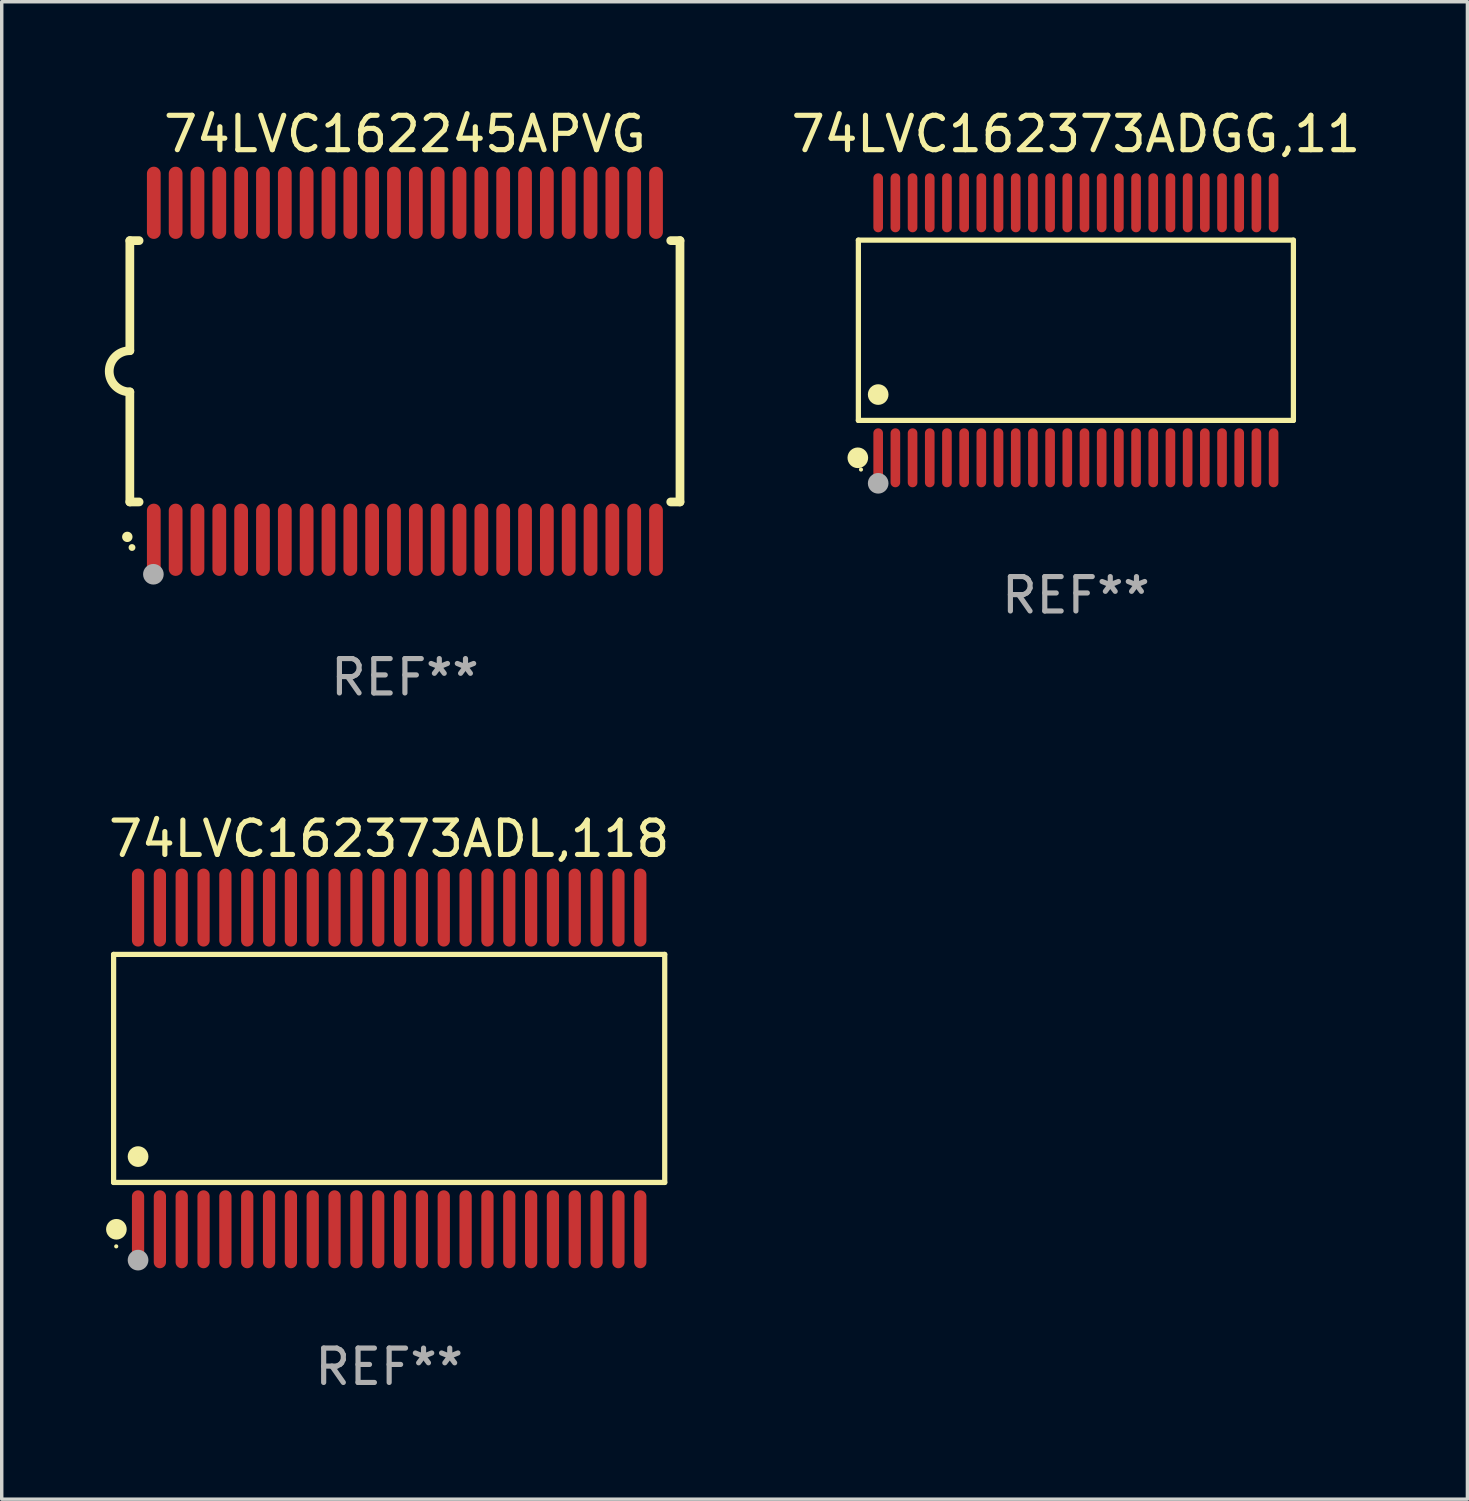
<source format=kicad_pcb>
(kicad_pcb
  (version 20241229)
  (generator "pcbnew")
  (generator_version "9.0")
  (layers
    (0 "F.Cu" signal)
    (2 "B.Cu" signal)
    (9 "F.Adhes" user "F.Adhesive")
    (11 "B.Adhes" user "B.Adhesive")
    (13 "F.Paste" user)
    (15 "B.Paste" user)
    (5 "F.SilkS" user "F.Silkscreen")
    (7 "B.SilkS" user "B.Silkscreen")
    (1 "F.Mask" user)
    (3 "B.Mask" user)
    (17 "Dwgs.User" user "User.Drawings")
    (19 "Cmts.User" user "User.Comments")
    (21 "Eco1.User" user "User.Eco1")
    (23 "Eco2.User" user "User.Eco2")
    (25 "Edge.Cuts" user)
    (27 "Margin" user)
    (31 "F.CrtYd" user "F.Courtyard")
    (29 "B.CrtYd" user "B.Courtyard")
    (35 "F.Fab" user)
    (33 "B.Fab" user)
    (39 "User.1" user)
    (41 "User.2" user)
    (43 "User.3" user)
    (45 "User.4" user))
  (footprint "74LVC162373ADL,118"
    (layer "F.Cu")
    (at 8.268 28.023)
    (property "Reference" "74LVC162373ADL,118" (at 0 -6.678 0) (layer "F.SilkS") (effects (font (size 1 1) (thickness 0.15))))
    (attr through_hole)
    (fp_line (start -8.014 -3.316) (end 8.014 -3.316) (stroke (width 0.152) (type solid)) (layer "F.SilkS"))
    (fp_line (start -8.014 3.316) (end -8.014 -3.316) (stroke (width 0.152) (type solid)) (layer "F.SilkS"))
    (fp_line (start 8.014 -3.316) (end 8.014 3.316) (stroke (width 0.152) (type solid)) (layer "F.SilkS"))
    (fp_line (start 8.014 3.316) (end -8.014 3.316) (stroke (width 0.152) (type solid)) (layer "F.SilkS"))
    (fp_circle (center -7.938 5.175) (end -7.908 5.175) (stroke (width 0.06) (type solid)) (fill no) (layer "F.SilkS"))
    (fp_circle (center -7.933 4.678) (end -7.783 4.678) (stroke (width 0.3) (type solid)) (fill no) (layer "F.SilkS"))
    (fp_circle (center -7.303 2.564) (end -7.152 2.564) (stroke (width 0.3) (type solid)) (fill no) (layer "F.SilkS"))
    (fp_circle (center -7.303 5.575) (end -7.152 5.575) (stroke (width 0.3) (type solid)) (fill no) (layer "F.Fab"))
    (fp_text user "REF**" (at 0 8.678 0) (layer "F.Fab") (effects (font (size 1 1) (thickness 0.15))))
    (pad "1" smd oval (at -7.303 4.678) (size 0.356 2.267) (layers "F.Cu" "F.Mask" "F.Paste"))
    (pad "2" smd oval (at -6.668 4.678) (size 0.356 2.267) (layers "F.Cu" "F.Mask" "F.Paste"))
    (pad "3" smd oval (at -6.033 4.678) (size 0.356 2.267) (layers "F.Cu" "F.Mask" "F.Paste"))
    (pad "4" smd oval (at -5.398 4.678) (size 0.356 2.267) (layers "F.Cu" "F.Mask" "F.Paste"))
    (pad "5" smd oval (at -4.763 4.678) (size 0.356 2.267) (layers "F.Cu" "F.Mask" "F.Paste"))
    (pad "6" smd oval (at -4.128 4.678) (size 0.356 2.267) (layers "F.Cu" "F.Mask" "F.Paste"))
    (pad "7" smd oval (at -3.493 4.678) (size 0.356 2.267) (layers "F.Cu" "F.Mask" "F.Paste"))
    (pad "8" smd oval (at -2.858 4.678) (size 0.356 2.267) (layers "F.Cu" "F.Mask" "F.Paste"))
    (pad "9" smd oval (at -2.223 4.678) (size 0.356 2.267) (layers "F.Cu" "F.Mask" "F.Paste"))
    (pad "10" smd oval (at -1.588 4.678) (size 0.356 2.267) (layers "F.Cu" "F.Mask" "F.Paste"))
    (pad "11" smd oval (at -0.953 4.678) (size 0.356 2.267) (layers "F.Cu" "F.Mask" "F.Paste"))
    (pad "12" smd oval (at -0.318 4.678) (size 0.356 2.267) (layers "F.Cu" "F.Mask" "F.Paste"))
    (pad "13" smd oval (at 0.318 4.678) (size 0.356 2.267) (layers "F.Cu" "F.Mask" "F.Paste"))
    (pad "14" smd oval (at 0.953 4.678) (size 0.356 2.267) (layers "F.Cu" "F.Mask" "F.Paste"))
    (pad "15" smd oval (at 1.588 4.678) (size 0.356 2.267) (layers "F.Cu" "F.Mask" "F.Paste"))
    (pad "16" smd oval (at 2.223 4.678) (size 0.356 2.267) (layers "F.Cu" "F.Mask" "F.Paste"))
    (pad "17" smd oval (at 2.858 4.678) (size 0.356 2.267) (layers "F.Cu" "F.Mask" "F.Paste"))
    (pad "18" smd oval (at 3.493 4.678) (size 0.356 2.267) (layers "F.Cu" "F.Mask" "F.Paste"))
    (pad "19" smd oval (at 4.128 4.678) (size 0.356 2.267) (layers "F.Cu" "F.Mask" "F.Paste"))
    (pad "20" smd oval (at 4.763 4.678) (size 0.356 2.267) (layers "F.Cu" "F.Mask" "F.Paste"))
    (pad "21" smd oval (at 5.398 4.678) (size 0.356 2.267) (layers "F.Cu" "F.Mask" "F.Paste"))
    (pad "22" smd oval (at 6.033 4.678) (size 0.356 2.267) (layers "F.Cu" "F.Mask" "F.Paste"))
    (pad "23" smd oval (at 6.668 4.678) (size 0.356 2.267) (layers "F.Cu" "F.Mask" "F.Paste"))
    (pad "24" smd oval (at 7.303 4.678) (size 0.356 2.267) (layers "F.Cu" "F.Mask" "F.Paste"))
    (pad "25" smd oval (at 7.303 -4.678) (size 0.356 2.267) (layers "F.Cu" "F.Mask" "F.Paste"))
    (pad "26" smd oval (at 6.668 -4.678) (size 0.356 2.267) (layers "F.Cu" "F.Mask" "F.Paste"))
    (pad "27" smd oval (at 6.033 -4.678) (size 0.356 2.267) (layers "F.Cu" "F.Mask" "F.Paste"))
    (pad "28" smd oval (at 5.398 -4.678) (size 0.356 2.267) (layers "F.Cu" "F.Mask" "F.Paste"))
    (pad "29" smd oval (at 4.763 -4.678) (size 0.356 2.267) (layers "F.Cu" "F.Mask" "F.Paste"))
    (pad "30" smd oval (at 4.128 -4.678) (size 0.356 2.267) (layers "F.Cu" "F.Mask" "F.Paste"))
    (pad "31" smd oval (at 3.493 -4.678) (size 0.356 2.267) (layers "F.Cu" "F.Mask" "F.Paste"))
    (pad "32" smd oval (at 2.858 -4.678) (size 0.356 2.267) (layers "F.Cu" "F.Mask" "F.Paste"))
    (pad "33" smd oval (at 2.223 -4.678) (size 0.356 2.267) (layers "F.Cu" "F.Mask" "F.Paste"))
    (pad "34" smd oval (at 1.588 -4.678) (size 0.356 2.267) (layers "F.Cu" "F.Mask" "F.Paste"))
    (pad "35" smd oval (at 0.953 -4.678) (size 0.356 2.267) (layers "F.Cu" "F.Mask" "F.Paste"))
    (pad "36" smd oval (at 0.318 -4.678) (size 0.356 2.267) (layers "F.Cu" "F.Mask" "F.Paste"))
    (pad "37" smd oval (at -0.318 -4.678) (size 0.356 2.267) (layers "F.Cu" "F.Mask" "F.Paste"))
    (pad "38" smd oval (at -0.953 -4.678) (size 0.356 2.267) (layers "F.Cu" "F.Mask" "F.Paste"))
    (pad "39" smd oval (at -1.588 -4.678) (size 0.356 2.267) (layers "F.Cu" "F.Mask" "F.Paste"))
    (pad "40" smd oval (at -2.223 -4.678) (size 0.356 2.267) (layers "F.Cu" "F.Mask" "F.Paste"))
    (pad "41" smd oval (at -2.858 -4.678) (size 0.356 2.267) (layers "F.Cu" "F.Mask" "F.Paste"))
    (pad "42" smd oval (at -3.493 -4.678) (size 0.356 2.267) (layers "F.Cu" "F.Mask" "F.Paste"))
    (pad "43" smd oval (at -4.128 -4.678) (size 0.356 2.267) (layers "F.Cu" "F.Mask" "F.Paste"))
    (pad "44" smd oval (at -4.763 -4.678) (size 0.356 2.267) (layers "F.Cu" "F.Mask" "F.Paste"))
    (pad "45" smd oval (at -5.398 -4.678) (size 0.356 2.267) (layers "F.Cu" "F.Mask" "F.Paste"))
    (pad "46" smd oval (at -6.033 -4.678) (size 0.356 2.267) (layers "F.Cu" "F.Mask" "F.Paste"))
    (pad "47" smd oval (at -6.668 -4.678) (size 0.356 2.267) (layers "F.Cu" "F.Mask" "F.Paste"))
    (pad "48" smd oval (at -7.303 -4.678) (size 0.356 2.267) (layers "F.Cu" "F.Mask" "F.Paste")))
  (footprint "74LVC162373ADGG,11"
    (layer "F.Cu")
    (at 28.24 6.556)
    (property "Reference" "74LVC162373ADGG,11" (at 0 -5.708 0) (layer "F.SilkS") (effects (font (size 1 1) (thickness 0.15))))
    (attr through_hole)
    (fp_line (start -6.326 -2.622) (end 6.326 -2.622) (stroke (width 0.152) (type solid)) (layer "F.SilkS"))
    (fp_line (start -6.326 2.621) (end -6.326 -2.622) (stroke (width 0.152) (type solid)) (layer "F.SilkS"))
    (fp_line (start 6.326 -2.622) (end 6.326 2.621) (stroke (width 0.152) (type solid)) (layer "F.SilkS"))
    (fp_line (start 6.326 2.621) (end -6.326 2.621) (stroke (width 0.152) (type solid)) (layer "F.SilkS"))
    (fp_circle (center -6.342 3.708) (end -6.192 3.708) (stroke (width 0.3) (type solid)) (fill no) (layer "F.SilkS"))
    (fp_circle (center -6.25 4.05) (end -6.22 4.05) (stroke (width 0.06) (type solid)) (fill no) (layer "F.SilkS"))
    (fp_circle (center -5.75 1.869) (end -5.6 1.869) (stroke (width 0.3) (type solid)) (fill no) (layer "F.SilkS"))
    (fp_circle (center -5.75 4.45) (end -5.6 4.45) (stroke (width 0.3) (type solid)) (fill no) (layer "F.Fab"))
    (fp_text user "REF**" (at 0 7.708 0) (layer "F.Fab") (effects (font (size 1 1) (thickness 0.15))))
    (pad "1" smd oval (at -5.75 3.708) (size 0.28 1.715) (layers "F.Cu" "F.Mask" "F.Paste"))
    (pad "2" smd oval (at -5.25 3.708) (size 0.28 1.715) (layers "F.Cu" "F.Mask" "F.Paste"))
    (pad "3" smd oval (at -4.75 3.708) (size 0.28 1.715) (layers "F.Cu" "F.Mask" "F.Paste"))
    (pad "4" smd oval (at -4.25 3.708) (size 0.28 1.715) (layers "F.Cu" "F.Mask" "F.Paste"))
    (pad "5" smd oval (at -3.75 3.708) (size 0.28 1.715) (layers "F.Cu" "F.Mask" "F.Paste"))
    (pad "6" smd oval (at -3.25 3.708) (size 0.28 1.715) (layers "F.Cu" "F.Mask" "F.Paste"))
    (pad "7" smd oval (at -2.75 3.708) (size 0.28 1.715) (layers "F.Cu" "F.Mask" "F.Paste"))
    (pad "8" smd oval (at -2.25 3.708) (size 0.28 1.715) (layers "F.Cu" "F.Mask" "F.Paste"))
    (pad "9" smd oval (at -1.75 3.708) (size 0.28 1.715) (layers "F.Cu" "F.Mask" "F.Paste"))
    (pad "10" smd oval (at -1.25 3.708) (size 0.28 1.715) (layers "F.Cu" "F.Mask" "F.Paste"))
    (pad "11" smd oval (at -0.75 3.708) (size 0.28 1.715) (layers "F.Cu" "F.Mask" "F.Paste"))
    (pad "12" smd oval (at -0.25 3.708) (size 0.28 1.715) (layers "F.Cu" "F.Mask" "F.Paste"))
    (pad "13" smd oval (at 0.25 3.708) (size 0.28 1.715) (layers "F.Cu" "F.Mask" "F.Paste"))
    (pad "14" smd oval (at 0.75 3.708) (size 0.28 1.715) (layers "F.Cu" "F.Mask" "F.Paste"))
    (pad "15" smd oval (at 1.25 3.708) (size 0.28 1.715) (layers "F.Cu" "F.Mask" "F.Paste"))
    (pad "16" smd oval (at 1.75 3.708) (size 0.28 1.715) (layers "F.Cu" "F.Mask" "F.Paste"))
    (pad "17" smd oval (at 2.25 3.708) (size 0.28 1.715) (layers "F.Cu" "F.Mask" "F.Paste"))
    (pad "18" smd oval (at 2.75 3.708) (size 0.28 1.715) (layers "F.Cu" "F.Mask" "F.Paste"))
    (pad "19" smd oval (at 3.25 3.708) (size 0.28 1.715) (layers "F.Cu" "F.Mask" "F.Paste"))
    (pad "20" smd oval (at 3.75 3.708) (size 0.28 1.715) (layers "F.Cu" "F.Mask" "F.Paste"))
    (pad "21" smd oval (at 4.25 3.708) (size 0.28 1.715) (layers "F.Cu" "F.Mask" "F.Paste"))
    (pad "22" smd oval (at 4.75 3.708) (size 0.28 1.715) (layers "F.Cu" "F.Mask" "F.Paste"))
    (pad "23" smd oval (at 5.25 3.708) (size 0.28 1.715) (layers "F.Cu" "F.Mask" "F.Paste"))
    (pad "24" smd oval (at 5.75 3.708) (size 0.28 1.715) (layers "F.Cu" "F.Mask" "F.Paste"))
    (pad "25" smd oval (at 5.75 -3.708) (size 0.28 1.715) (layers "F.Cu" "F.Mask" "F.Paste"))
    (pad "26" smd oval (at 5.25 -3.708) (size 0.28 1.715) (layers "F.Cu" "F.Mask" "F.Paste"))
    (pad "27" smd oval (at 4.75 -3.708) (size 0.28 1.715) (layers "F.Cu" "F.Mask" "F.Paste"))
    (pad "28" smd oval (at 4.25 -3.708) (size 0.28 1.715) (layers "F.Cu" "F.Mask" "F.Paste"))
    (pad "29" smd oval (at 3.75 -3.708) (size 0.28 1.715) (layers "F.Cu" "F.Mask" "F.Paste"))
    (pad "30" smd oval (at 3.25 -3.708) (size 0.28 1.715) (layers "F.Cu" "F.Mask" "F.Paste"))
    (pad "31" smd oval (at 2.75 -3.708) (size 0.28 1.715) (layers "F.Cu" "F.Mask" "F.Paste"))
    (pad "32" smd oval (at 2.25 -3.708) (size 0.28 1.715) (layers "F.Cu" "F.Mask" "F.Paste"))
    (pad "33" smd oval (at 1.75 -3.708) (size 0.28 1.715) (layers "F.Cu" "F.Mask" "F.Paste"))
    (pad "34" smd oval (at 1.25 -3.708) (size 0.28 1.715) (layers "F.Cu" "F.Mask" "F.Paste"))
    (pad "35" smd oval (at 0.75 -3.708) (size 0.28 1.715) (layers "F.Cu" "F.Mask" "F.Paste"))
    (pad "36" smd oval (at 0.25 -3.708) (size 0.28 1.715) (layers "F.Cu" "F.Mask" "F.Paste"))
    (pad "37" smd oval (at -0.25 -3.708) (size 0.28 1.715) (layers "F.Cu" "F.Mask" "F.Paste"))
    (pad "38" smd oval (at -0.75 -3.708) (size 0.28 1.715) (layers "F.Cu" "F.Mask" "F.Paste"))
    (pad "39" smd oval (at -1.25 -3.708) (size 0.28 1.715) (layers "F.Cu" "F.Mask" "F.Paste"))
    (pad "40" smd oval (at -1.75 -3.708) (size 0.28 1.715) (layers "F.Cu" "F.Mask" "F.Paste"))
    (pad "41" smd oval (at -2.25 -3.708) (size 0.28 1.715) (layers "F.Cu" "F.Mask" "F.Paste"))
    (pad "42" smd oval (at -2.75 -3.708) (size 0.28 1.715) (layers "F.Cu" "F.Mask" "F.Paste"))
    (pad "43" smd oval (at -3.25 -3.708) (size 0.28 1.715) (layers "F.Cu" "F.Mask" "F.Paste"))
    (pad "44" smd oval (at -3.75 -3.708) (size 0.28 1.715) (layers "F.Cu" "F.Mask" "F.Paste"))
    (pad "45" smd oval (at -4.25 -3.708) (size 0.28 1.715) (layers "F.Cu" "F.Mask" "F.Paste"))
    (pad "46" smd oval (at -4.75 -3.708) (size 0.28 1.715) (layers "F.Cu" "F.Mask" "F.Paste"))
    (pad "47" smd oval (at -5.25 -3.708) (size 0.28 1.715) (layers "F.Cu" "F.Mask" "F.Paste"))
    (pad "48" smd oval (at -5.75 -3.708) (size 0.28 1.715) (layers "F.Cu" "F.Mask" "F.Paste")))
  (footprint "74LVC162245APVG"
    (layer "F.Cu")
    (at 8.726 7.748)
    (property "Reference" "74LVC162245APVG" (at 0 -6.9 0) (layer "F.SilkS") (effects (font (size 1 1) (thickness 0.15))))
    (attr through_hole)
    (fp_line (start -8 -3.8) (end -8 -0.599) (stroke (width 0.254) (type solid)) (layer "F.SilkS"))
    (fp_line (start -8 -3.8) (end -7.731 -3.8) (stroke (width 0.254) (type solid)) (layer "F.SilkS"))
    (fp_line (start -8 3.8) (end -8 0.599) (stroke (width 0.254) (type solid)) (layer "F.SilkS"))
    (fp_line (start -7.731 3.8) (end -8 3.8) (stroke (width 0.254) (type solid)) (layer "F.SilkS"))
    (fp_line (start 7.731 -3.8) (end 8 -3.8) (stroke (width 0.254) (type solid)) (layer "F.SilkS"))
    (fp_line (start 8 -3.8) (end 8 3.8) (stroke (width 0.254) (type solid)) (layer "F.SilkS"))
    (fp_line (start 8 3.8) (end 7.731 3.8) (stroke (width 0.254) (type solid)) (layer "F.SilkS"))
    (fp_arc (start -8.074676 4.81585) (mid -8.073406 4.815845) (end -8.072136 4.81585) (stroke (width 0.3) (type solid)) (layer "F.SilkS"))
    (fp_arc (start -8.000025 0.6) (mid -8.598908 0.00056) (end -8.000027 -0.598882) (stroke (width 0.254001) (type solid)) (layer "F.SilkS"))
    (fp_circle (center -7.937 5.125) (end -7.887 5.125) (stroke (width 0.1) (type solid)) (fill no) (layer "F.SilkS"))
    (fp_circle (center -7.315 5.903) (end -7.165 5.903) (stroke (width 0.3) (type solid)) (fill no) (layer "F.Fab"))
    (fp_text user "REF**" (at 0 8.9 0) (layer "F.Fab") (effects (font (size 1 1) (thickness 0.15))))
    (pad "1" smd oval (at -7.303 4.9) (size 0.4 2.1) (layers "F.Cu" "F.Mask" "F.Paste"))
    (pad "2" smd oval (at -6.668 4.9) (size 0.4 2.1) (layers "F.Cu" "F.Mask" "F.Paste"))
    (pad "3" smd oval (at -6.033 4.9) (size 0.4 2.1) (layers "F.Cu" "F.Mask" "F.Paste"))
    (pad "4" smd oval (at -5.398 4.9) (size 0.4 2.1) (layers "F.Cu" "F.Mask" "F.Paste"))
    (pad "5" smd oval (at -4.763 4.9) (size 0.4 2.1) (layers "F.Cu" "F.Mask" "F.Paste"))
    (pad "6" smd oval (at -4.128 4.9) (size 0.4 2.1) (layers "F.Cu" "F.Mask" "F.Paste"))
    (pad "7" smd oval (at -3.493 4.9) (size 0.4 2.1) (layers "F.Cu" "F.Mask" "F.Paste"))
    (pad "8" smd oval (at -2.858 4.9) (size 0.4 2.1) (layers "F.Cu" "F.Mask" "F.Paste"))
    (pad "9" smd oval (at -2.223 4.9) (size 0.4 2.1) (layers "F.Cu" "F.Mask" "F.Paste"))
    (pad "10" smd oval (at -1.588 4.9) (size 0.4 2.1) (layers "F.Cu" "F.Mask" "F.Paste"))
    (pad "11" smd oval (at -0.953 4.9) (size 0.4 2.1) (layers "F.Cu" "F.Mask" "F.Paste"))
    (pad "12" smd oval (at -0.318 4.9) (size 0.4 2.1) (layers "F.Cu" "F.Mask" "F.Paste"))
    (pad "13" smd oval (at 0.318 4.9) (size 0.4 2.1) (layers "F.Cu" "F.Mask" "F.Paste"))
    (pad "14" smd oval (at 0.953 4.9) (size 0.4 2.1) (layers "F.Cu" "F.Mask" "F.Paste"))
    (pad "15" smd oval (at 1.588 4.9) (size 0.4 2.1) (layers "F.Cu" "F.Mask" "F.Paste"))
    (pad "16" smd oval (at 2.223 4.9) (size 0.4 2.1) (layers "F.Cu" "F.Mask" "F.Paste"))
    (pad "17" smd oval (at 2.858 4.9) (size 0.4 2.1) (layers "F.Cu" "F.Mask" "F.Paste"))
    (pad "18" smd oval (at 3.493 4.9) (size 0.4 2.1) (layers "F.Cu" "F.Mask" "F.Paste"))
    (pad "19" smd oval (at 4.128 4.9) (size 0.4 2.1) (layers "F.Cu" "F.Mask" "F.Paste"))
    (pad "20" smd oval (at 4.763 4.9) (size 0.4 2.1) (layers "F.Cu" "F.Mask" "F.Paste"))
    (pad "21" smd oval (at 5.398 4.9) (size 0.4 2.1) (layers "F.Cu" "F.Mask" "F.Paste"))
    (pad "22" smd oval (at 6.033 4.9) (size 0.4 2.1) (layers "F.Cu" "F.Mask" "F.Paste"))
    (pad "23" smd oval (at 6.668 4.9) (size 0.4 2.1) (layers "F.Cu" "F.Mask" "F.Paste"))
    (pad "24" smd oval (at 7.303 4.9) (size 0.4 2.1) (layers "F.Cu" "F.Mask" "F.Paste"))
    (pad "25" smd oval (at 7.303 -4.9 180) (size 0.4 2.1) (layers "F.Cu" "F.Mask" "F.Paste"))
    (pad "26" smd oval (at 6.668 -4.9 180) (size 0.4 2.1) (layers "F.Cu" "F.Mask" "F.Paste"))
    (pad "27" smd oval (at 6.033 -4.9 180) (size 0.4 2.1) (layers "F.Cu" "F.Mask" "F.Paste"))
    (pad "28" smd oval (at 5.398 -4.9 180) (size 0.4 2.1) (layers "F.Cu" "F.Mask" "F.Paste"))
    (pad "29" smd oval (at 4.763 -4.9 180) (size 0.4 2.1) (layers "F.Cu" "F.Mask" "F.Paste"))
    (pad "30" smd oval (at 4.128 -4.9 180) (size 0.4 2.1) (layers "F.Cu" "F.Mask" "F.Paste"))
    (pad "31" smd oval (at 3.493 -4.9 180) (size 0.4 2.1) (layers "F.Cu" "F.Mask" "F.Paste"))
    (pad "32" smd oval (at 2.858 -4.9 180) (size 0.4 2.1) (layers "F.Cu" "F.Mask" "F.Paste"))
    (pad "33" smd oval (at 2.223 -4.9 180) (size 0.4 2.1) (layers "F.Cu" "F.Mask" "F.Paste"))
    (pad "34" smd oval (at 1.588 -4.9 180) (size 0.4 2.1) (layers "F.Cu" "F.Mask" "F.Paste"))
    (pad "35" smd oval (at 0.953 -4.9 180) (size 0.4 2.1) (layers "F.Cu" "F.Mask" "F.Paste"))
    (pad "36" smd oval (at 0.318 -4.9 180) (size 0.4 2.1) (layers "F.Cu" "F.Mask" "F.Paste"))
    (pad "37" smd oval (at -0.318 -4.9 180) (size 0.4 2.1) (layers "F.Cu" "F.Mask" "F.Paste"))
    (pad "38" smd oval (at -0.953 -4.9 180) (size 0.4 2.1) (layers "F.Cu" "F.Mask" "F.Paste"))
    (pad "39" smd oval (at -1.588 -4.9 180) (size 0.4 2.1) (layers "F.Cu" "F.Mask" "F.Paste"))
    (pad "40" smd oval (at -2.223 -4.9 180) (size 0.4 2.1) (layers "F.Cu" "F.Mask" "F.Paste"))
    (pad "41" smd oval (at -2.858 -4.9 180) (size 0.4 2.1) (layers "F.Cu" "F.Mask" "F.Paste"))
    (pad "42" smd oval (at -3.493 -4.9 180) (size 0.4 2.1) (layers "F.Cu" "F.Mask" "F.Paste"))
    (pad "43" smd oval (at -4.128 -4.9 180) (size 0.4 2.1) (layers "F.Cu" "F.Mask" "F.Paste"))
    (pad "44" smd oval (at -4.763 -4.9 180) (size 0.4 2.1) (layers "F.Cu" "F.Mask" "F.Paste"))
    (pad "45" smd oval (at -5.398 -4.9 180) (size 0.4 2.1) (layers "F.Cu" "F.Mask" "F.Paste"))
    (pad "46" smd oval (at -6.033 -4.9 180) (size 0.4 2.1) (layers "F.Cu" "F.Mask" "F.Paste"))
    (pad "47" smd oval (at -6.668 -4.9 180) (size 0.4 2.1) (layers "F.Cu" "F.Mask" "F.Paste"))
    (pad "48" smd oval (at -7.303 -4.9 180) (size 0.4 2.1) (layers "F.Cu" "F.Mask" "F.Paste")))
  (gr_rect
    (start -3 -3)
    (end 39.627 40.55)
    (stroke (width 0.1) (type default))
    (fill no)
    (layer "Edge.Cuts")))
</source>
